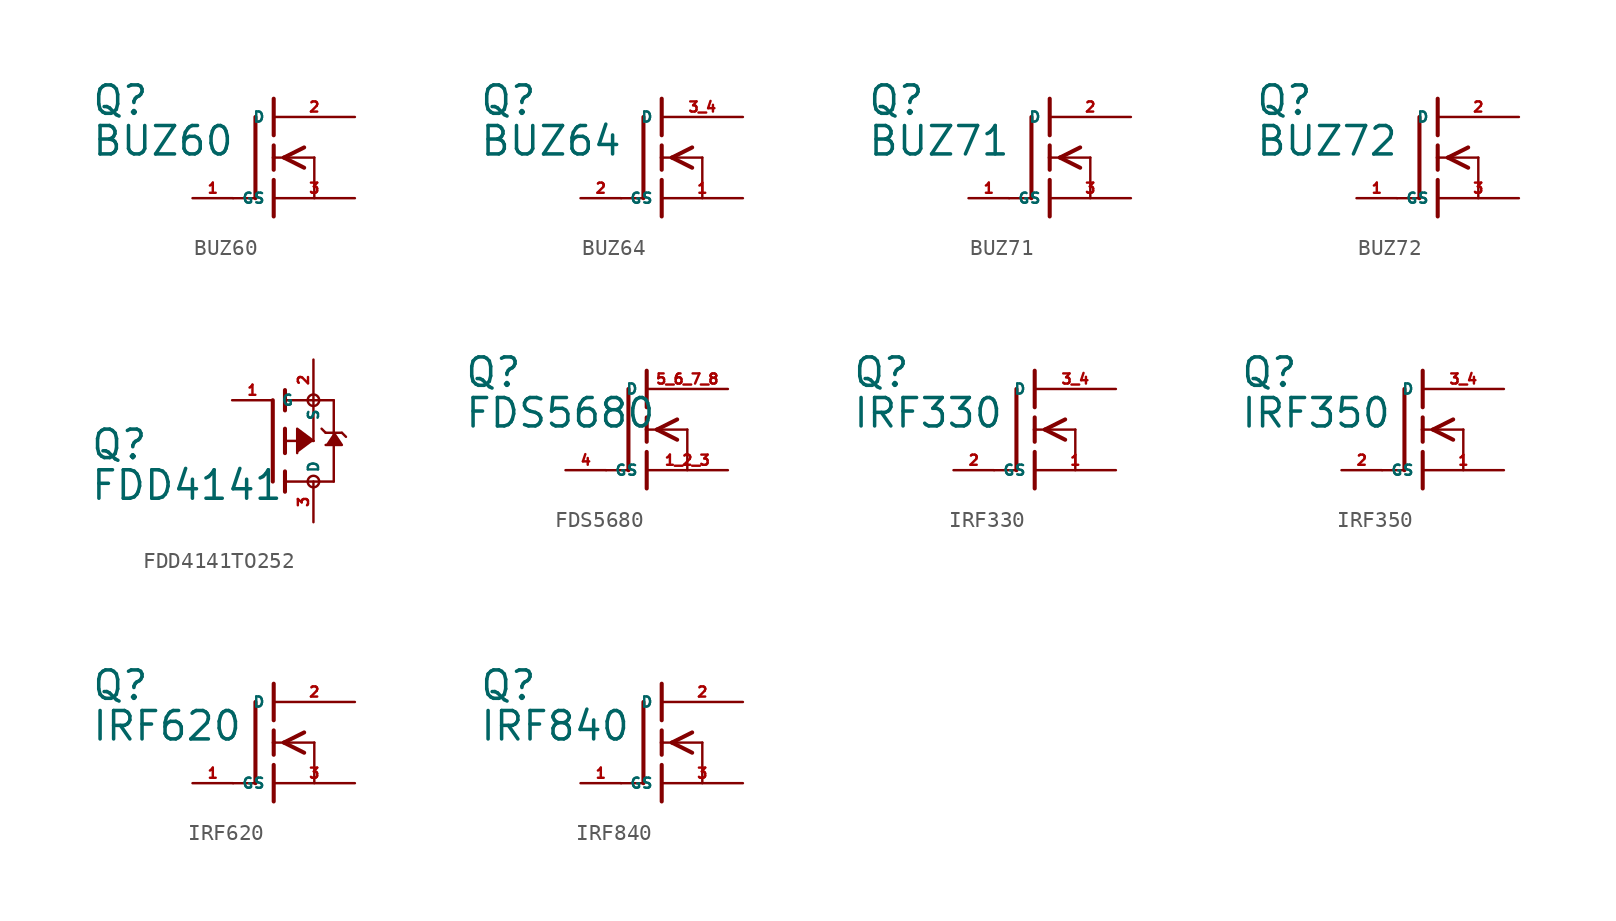
<source format=kicad_sym>
(kicad_symbol_lib
  (version 20220914)
  (generator Eagle2Kicad)
  (symbol "BUZ60"
    (property "Reference" "Q"
      (at -11.43 2.54 0)
      (effects (font (size 1.778 1.778) (thickness 0.22)) (justify left bottom)))
    (property "Value" "BUZ60"
      (at -11.43 0 0)
      (effects (font (size 1.778 1.778) (thickness 0.22)) (justify left bottom)))
    (polyline
      (pts (xy -2.54 -2.54) (xy -1.219 -2.54))
      (stroke (width 0.152) (type default))
      (fill (type none)))
    (polyline
      (pts (xy 0 0.762) (xy 0 0))
      (stroke (width 0.254) (type default))
      (fill (type none)))
    (polyline
      (pts (xy 0 0) (xy 0 -0.762))
      (stroke (width 0.254) (type default))
      (fill (type none)))
    (polyline
      (pts (xy 0 3.683) (xy 0 1.397))
      (stroke (width 0.254) (type default))
      (fill (type none)))
    (polyline
      (pts (xy 1.905 0.635) (xy 0.635 0))
      (stroke (width 0.254) (type default))
      (fill (type none)))
    (polyline
      (pts (xy 1.905 -0.635) (xy 0.635 0))
      (stroke (width 0.254) (type default))
      (fill (type none)))
    (polyline
      (pts (xy 0 0) (xy 0.635 0))
      (stroke (width 0.152) (type default))
      (fill (type none)))
    (polyline
      (pts (xy 0.635 0) (xy 2.54 0))
      (stroke (width 0.152) (type default))
      (fill (type none)))
    (polyline
      (pts (xy 2.54 0) (xy 2.54 -2.54))
      (stroke (width 0.152) (type default))
      (fill (type none)))
    (polyline
      (pts (xy 0 -1.397) (xy 0 -3.683))
      (stroke (width 0.254) (type default))
      (fill (type none)))
    (polyline
      (pts (xy -1.143 2.54) (xy -1.143 -2.54))
      (stroke (width 0.254) (type default))
      (fill (type none)))
    (pin passive line
      (at 5.08 2.54 180)
      (length 5.08)
      (name "D" (effects (font (size 0.635 0.635) (thickness 0.08)) (justify left bottom)))
      (number "2" (effects (font (size 0.635 0.635) (thickness 0.08)) (justify left bottom))))
    (pin passive line
      (at 5.08 -2.54 180)
      (length 5.08)
      (name "S" (effects (font (size 0.635 0.635) (thickness 0.08)) (justify left bottom)))
      (number "3" (effects (font (size 0.635 0.635) (thickness 0.08)) (justify left bottom))))
    (pin passive line
      (at -5.08 -2.54 0)
      (length 2.54)
      (name "G" (effects (font (size 0.635 0.635) (thickness 0.08)) (justify left bottom)))
      (number "1" (effects (font (size 0.635 0.635) (thickness 0.08)) (justify left bottom)))))
  (symbol "BUZ64"
    (property "Reference" "Q"
      (at -11.43 2.54 0)
      (effects (font (size 1.778 1.778) (thickness 0.22)) (justify left bottom)))
    (property "Value" "BUZ64"
      (at -11.43 0 0)
      (effects (font (size 1.778 1.778) (thickness 0.22)) (justify left bottom)))
    (polyline
      (pts (xy -2.54 -2.54) (xy -1.219 -2.54))
      (stroke (width 0.152) (type default))
      (fill (type none)))
    (polyline
      (pts (xy 0 0.762) (xy 0 0))
      (stroke (width 0.254) (type default))
      (fill (type none)))
    (polyline
      (pts (xy 0 0) (xy 0 -0.762))
      (stroke (width 0.254) (type default))
      (fill (type none)))
    (polyline
      (pts (xy 0 3.683) (xy 0 1.397))
      (stroke (width 0.254) (type default))
      (fill (type none)))
    (polyline
      (pts (xy 1.905 0.635) (xy 0.635 0))
      (stroke (width 0.254) (type default))
      (fill (type none)))
    (polyline
      (pts (xy 1.905 -0.635) (xy 0.635 0))
      (stroke (width 0.254) (type default))
      (fill (type none)))
    (polyline
      (pts (xy 0 0) (xy 0.635 0))
      (stroke (width 0.152) (type default))
      (fill (type none)))
    (polyline
      (pts (xy 0.635 0) (xy 2.54 0))
      (stroke (width 0.152) (type default))
      (fill (type none)))
    (polyline
      (pts (xy 2.54 0) (xy 2.54 -2.54))
      (stroke (width 0.152) (type default))
      (fill (type none)))
    (polyline
      (pts (xy 0 -1.397) (xy 0 -3.683))
      (stroke (width 0.254) (type default))
      (fill (type none)))
    (polyline
      (pts (xy -1.143 2.54) (xy -1.143 -2.54))
      (stroke (width 0.254) (type default))
      (fill (type none)))
    (pin passive line
      (at 5.08 2.54 180)
      (length 5.08)
      (name "D" (effects (font (size 0.635 0.635) (thickness 0.08)) (justify left bottom)))
      (number "3 4" (effects (font (size 0.635 0.635) (thickness 0.08)) (justify left bottom))))
    (pin passive line
      (at 5.08 -2.54 180)
      (length 5.08)
      (name "S" (effects (font (size 0.635 0.635) (thickness 0.08)) (justify left bottom)))
      (number "1" (effects (font (size 0.635 0.635) (thickness 0.08)) (justify left bottom))))
    (pin passive line
      (at -5.08 -2.54 0)
      (length 2.54)
      (name "G" (effects (font (size 0.635 0.635) (thickness 0.08)) (justify left bottom)))
      (number "2" (effects (font (size 0.635 0.635) (thickness 0.08)) (justify left bottom)))))
  (symbol "BUZ71"
    (property "Reference" "Q"
      (at -11.43 2.54 0)
      (effects (font (size 1.778 1.778) (thickness 0.22)) (justify left bottom)))
    (property "Value" "BUZ71"
      (at -11.43 0 0)
      (effects (font (size 1.778 1.778) (thickness 0.22)) (justify left bottom)))
    (polyline
      (pts (xy -2.54 -2.54) (xy -1.219 -2.54))
      (stroke (width 0.152) (type default))
      (fill (type none)))
    (polyline
      (pts (xy 0 0.762) (xy 0 0))
      (stroke (width 0.254) (type default))
      (fill (type none)))
    (polyline
      (pts (xy 0 0) (xy 0 -0.762))
      (stroke (width 0.254) (type default))
      (fill (type none)))
    (polyline
      (pts (xy 0 3.683) (xy 0 1.397))
      (stroke (width 0.254) (type default))
      (fill (type none)))
    (polyline
      (pts (xy 1.905 0.635) (xy 0.635 0))
      (stroke (width 0.254) (type default))
      (fill (type none)))
    (polyline
      (pts (xy 1.905 -0.635) (xy 0.635 0))
      (stroke (width 0.254) (type default))
      (fill (type none)))
    (polyline
      (pts (xy 0 0) (xy 0.635 0))
      (stroke (width 0.152) (type default))
      (fill (type none)))
    (polyline
      (pts (xy 0.635 0) (xy 2.54 0))
      (stroke (width 0.152) (type default))
      (fill (type none)))
    (polyline
      (pts (xy 2.54 0) (xy 2.54 -2.54))
      (stroke (width 0.152) (type default))
      (fill (type none)))
    (polyline
      (pts (xy 0 -1.397) (xy 0 -3.683))
      (stroke (width 0.254) (type default))
      (fill (type none)))
    (polyline
      (pts (xy -1.143 2.54) (xy -1.143 -2.54))
      (stroke (width 0.254) (type default))
      (fill (type none)))
    (pin passive line
      (at 5.08 2.54 180)
      (length 5.08)
      (name "D" (effects (font (size 0.635 0.635) (thickness 0.08)) (justify left bottom)))
      (number "2" (effects (font (size 0.635 0.635) (thickness 0.08)) (justify left bottom))))
    (pin passive line
      (at 5.08 -2.54 180)
      (length 5.08)
      (name "S" (effects (font (size 0.635 0.635) (thickness 0.08)) (justify left bottom)))
      (number "3" (effects (font (size 0.635 0.635) (thickness 0.08)) (justify left bottom))))
    (pin passive line
      (at -5.08 -2.54 0)
      (length 2.54)
      (name "G" (effects (font (size 0.635 0.635) (thickness 0.08)) (justify left bottom)))
      (number "1" (effects (font (size 0.635 0.635) (thickness 0.08)) (justify left bottom)))))
  (symbol "BUZ72"
    (property "Reference" "Q"
      (at -11.43 2.54 0)
      (effects (font (size 1.778 1.778) (thickness 0.22)) (justify left bottom)))
    (property "Value" "BUZ72"
      (at -11.43 0 0)
      (effects (font (size 1.778 1.778) (thickness 0.22)) (justify left bottom)))
    (polyline
      (pts (xy -2.54 -2.54) (xy -1.219 -2.54))
      (stroke (width 0.152) (type default))
      (fill (type none)))
    (polyline
      (pts (xy 0 0.762) (xy 0 0))
      (stroke (width 0.254) (type default))
      (fill (type none)))
    (polyline
      (pts (xy 0 0) (xy 0 -0.762))
      (stroke (width 0.254) (type default))
      (fill (type none)))
    (polyline
      (pts (xy 0 3.683) (xy 0 1.397))
      (stroke (width 0.254) (type default))
      (fill (type none)))
    (polyline
      (pts (xy 1.905 0.635) (xy 0.635 0))
      (stroke (width 0.254) (type default))
      (fill (type none)))
    (polyline
      (pts (xy 1.905 -0.635) (xy 0.635 0))
      (stroke (width 0.254) (type default))
      (fill (type none)))
    (polyline
      (pts (xy 0 0) (xy 0.635 0))
      (stroke (width 0.152) (type default))
      (fill (type none)))
    (polyline
      (pts (xy 0.635 0) (xy 2.54 0))
      (stroke (width 0.152) (type default))
      (fill (type none)))
    (polyline
      (pts (xy 2.54 0) (xy 2.54 -2.54))
      (stroke (width 0.152) (type default))
      (fill (type none)))
    (polyline
      (pts (xy 0 -1.397) (xy 0 -3.683))
      (stroke (width 0.254) (type default))
      (fill (type none)))
    (polyline
      (pts (xy -1.143 2.54) (xy -1.143 -2.54))
      (stroke (width 0.254) (type default))
      (fill (type none)))
    (pin passive line
      (at 5.08 2.54 180)
      (length 5.08)
      (name "D" (effects (font (size 0.635 0.635) (thickness 0.08)) (justify left bottom)))
      (number "2" (effects (font (size 0.635 0.635) (thickness 0.08)) (justify left bottom))))
    (pin passive line
      (at 5.08 -2.54 180)
      (length 5.08)
      (name "S" (effects (font (size 0.635 0.635) (thickness 0.08)) (justify left bottom)))
      (number "3" (effects (font (size 0.635 0.635) (thickness 0.08)) (justify left bottom))))
    (pin passive line
      (at -5.08 -2.54 0)
      (length 2.54)
      (name "G" (effects (font (size 0.635 0.635) (thickness 0.08)) (justify left bottom)))
      (number "1" (effects (font (size 0.635 0.635) (thickness 0.08)) (justify left bottom)))))
  (symbol "FDD4141TO252"
    (property "Reference" "Q"
      (at -11.43 -1.27 0)
      (effects (font (size 1.778 1.778) (thickness 0.22)) (justify left bottom)))
    (property "Value" "FDD4141"
      (at -11.43 -3.81 0)
      (effects (font (size 1.778 1.778) (thickness 0.22)) (justify left bottom)))
    (polyline
      (pts (xy 3.81 0.508) (xy 4.318 -0.254) (xy 3.302 -0.254))
      (stroke (width 0.152) (type default))
      (fill (type outline)))
    (polyline
      (pts (xy 2.54 0) (xy 1.524 0.762) (xy 1.524 -0.762))
      (stroke (width 0.152) (type default))
      (fill (type outline)))
    (polyline
      (pts (xy 0.762 -0.762) (xy 0.762 0))
      (stroke (width 0.254) (type default))
      (fill (type none)))
    (polyline
      (pts (xy 0.762 0) (xy 0.762 0.762))
      (stroke (width 0.254) (type default))
      (fill (type none)))
    (polyline
      (pts (xy 0.762 -3.175) (xy 0.762 -2.54))
      (stroke (width 0.254) (type default))
      (fill (type none)))
    (polyline
      (pts (xy 0.762 -2.54) (xy 0.762 -1.905))
      (stroke (width 0.254) (type default))
      (fill (type none)))
    (polyline
      (pts (xy 0.762 0) (xy 2.54 0))
      (stroke (width 0.152) (type default))
      (fill (type none)))
    (polyline
      (pts (xy 2.54 0) (xy 2.54 2.54))
      (stroke (width 0.152) (type default))
      (fill (type none)))
    (polyline
      (pts (xy 0.762 1.905) (xy 0.762 2.54))
      (stroke (width 0.254) (type default))
      (fill (type none)))
    (polyline
      (pts (xy 0.762 2.54) (xy 0.762 3.175))
      (stroke (width 0.254) (type default))
      (fill (type none)))
    (polyline
      (pts (xy 0 -2.54) (xy 0 2.54))
      (stroke (width 0.254) (type default))
      (fill (type none)))
    (polyline
      (pts (xy 2.54 2.54) (xy 0.762 2.54))
      (stroke (width 0.152) (type default))
      (fill (type none)))
    (polyline
      (pts (xy 3.81 -2.54) (xy 3.81 0.508))
      (stroke (width 0.152) (type default))
      (fill (type none)))
    (polyline
      (pts (xy 3.81 0.508) (xy 3.81 2.54))
      (stroke (width 0.152) (type default))
      (fill (type none)))
    (polyline
      (pts (xy 2.54 2.54) (xy 3.81 2.54))
      (stroke (width 0.152) (type default))
      (fill (type none)))
    (polyline
      (pts (xy 0.762 -2.54) (xy 3.81 -2.54))
      (stroke (width 0.152) (type default))
      (fill (type none)))
    (polyline
      (pts (xy 3.048 0.762) (xy 3.302 0.508))
      (stroke (width 0.152) (type default))
      (fill (type none)))
    (polyline
      (pts (xy 3.302 0.508) (xy 3.81 0.508))
      (stroke (width 0.152) (type default))
      (fill (type none)))
    (polyline
      (pts (xy 3.81 0.508) (xy 4.318 0.508))
      (stroke (width 0.152) (type default))
      (fill (type none)))
    (polyline
      (pts (xy 4.318 0.508) (xy 4.572 0.254))
      (stroke (width 0.152) (type default))
      (fill (type none)))
    (circle
      (center 2.54 2.54)
      (radius 0.359)
      (stroke (width 0) (type default))
      (fill (type none)))
    (circle
      (center 2.54 -2.54)
      (radius 0.359)
      (stroke (width 0) (type default))
      (fill (type none)))
    (pin passive line
      (at 2.54 5.08 270)
      (length 2.54)
      (name "S" (effects (font (size 0.635 0.635) (thickness 0.08)) (justify left bottom)))
      (number "2" (effects (font (size 0.635 0.635) (thickness 0.08)) (justify left bottom))))
    (pin passive line
      (at -2.54 2.54 0)
      (length 2.54)
      (name "G" (effects (font (size 0.635 0.635) (thickness 0.08)) (justify left bottom)))
      (number "1" (effects (font (size 0.635 0.635) (thickness 0.08)) (justify left bottom))))
    (pin passive line
      (at 2.54 -5.08 90)
      (length 2.54)
      (name "D" (effects (font (size 0.635 0.635) (thickness 0.08)) (justify left bottom)))
      (number "3" (effects (font (size 0.635 0.635) (thickness 0.08)) (justify left bottom)))))
  (symbol "FDS5680"
    (property "Reference" "Q"
      (at -11.43 2.54 0)
      (effects (font (size 1.778 1.778) (thickness 0.22)) (justify left bottom)))
    (property "Value" "FDS5680"
      (at -11.43 0 0)
      (effects (font (size 1.778 1.778) (thickness 0.22)) (justify left bottom)))
    (polyline
      (pts (xy -2.54 -2.54) (xy -1.219 -2.54))
      (stroke (width 0.152) (type default))
      (fill (type none)))
    (polyline
      (pts (xy 0 0.762) (xy 0 0))
      (stroke (width 0.254) (type default))
      (fill (type none)))
    (polyline
      (pts (xy 0 0) (xy 0 -0.762))
      (stroke (width 0.254) (type default))
      (fill (type none)))
    (polyline
      (pts (xy 0 3.683) (xy 0 1.397))
      (stroke (width 0.254) (type default))
      (fill (type none)))
    (polyline
      (pts (xy 1.905 0.635) (xy 0.635 0))
      (stroke (width 0.254) (type default))
      (fill (type none)))
    (polyline
      (pts (xy 1.905 -0.635) (xy 0.635 0))
      (stroke (width 0.254) (type default))
      (fill (type none)))
    (polyline
      (pts (xy 0 0) (xy 0.635 0))
      (stroke (width 0.152) (type default))
      (fill (type none)))
    (polyline
      (pts (xy 0.635 0) (xy 2.54 0))
      (stroke (width 0.152) (type default))
      (fill (type none)))
    (polyline
      (pts (xy 2.54 0) (xy 2.54 -2.54))
      (stroke (width 0.152) (type default))
      (fill (type none)))
    (polyline
      (pts (xy 0 -1.397) (xy 0 -3.683))
      (stroke (width 0.254) (type default))
      (fill (type none)))
    (polyline
      (pts (xy -1.143 2.54) (xy -1.143 -2.54))
      (stroke (width 0.254) (type default))
      (fill (type none)))
    (pin passive line
      (at 5.08 2.54 180)
      (length 5.08)
      (name "D" (effects (font (size 0.635 0.635) (thickness 0.08)) (justify left bottom)))
      (number "5 6 7 8" (effects (font (size 0.635 0.635) (thickness 0.08)) (justify left bottom))))
    (pin passive line
      (at 5.08 -2.54 180)
      (length 5.08)
      (name "S" (effects (font (size 0.635 0.635) (thickness 0.08)) (justify left bottom)))
      (number "1 2 3" (effects (font (size 0.635 0.635) (thickness 0.08)) (justify left bottom))))
    (pin passive line
      (at -5.08 -2.54 0)
      (length 2.54)
      (name "G" (effects (font (size 0.635 0.635) (thickness 0.08)) (justify left bottom)))
      (number "4" (effects (font (size 0.635 0.635) (thickness 0.08)) (justify left bottom)))))
  (symbol "IRF330"
    (property "Reference" "Q"
      (at -11.43 2.54 0)
      (effects (font (size 1.778 1.778) (thickness 0.22)) (justify left bottom)))
    (property "Value" "IRF330"
      (at -11.43 0 0)
      (effects (font (size 1.778 1.778) (thickness 0.22)) (justify left bottom)))
    (polyline
      (pts (xy -2.54 -2.54) (xy -1.219 -2.54))
      (stroke (width 0.152) (type default))
      (fill (type none)))
    (polyline
      (pts (xy 0 0.762) (xy 0 0))
      (stroke (width 0.254) (type default))
      (fill (type none)))
    (polyline
      (pts (xy 0 0) (xy 0 -0.762))
      (stroke (width 0.254) (type default))
      (fill (type none)))
    (polyline
      (pts (xy 0 3.683) (xy 0 1.397))
      (stroke (width 0.254) (type default))
      (fill (type none)))
    (polyline
      (pts (xy 1.905 0.635) (xy 0.635 0))
      (stroke (width 0.254) (type default))
      (fill (type none)))
    (polyline
      (pts (xy 1.905 -0.635) (xy 0.635 0))
      (stroke (width 0.254) (type default))
      (fill (type none)))
    (polyline
      (pts (xy 0 0) (xy 0.635 0))
      (stroke (width 0.152) (type default))
      (fill (type none)))
    (polyline
      (pts (xy 0.635 0) (xy 2.54 0))
      (stroke (width 0.152) (type default))
      (fill (type none)))
    (polyline
      (pts (xy 2.54 0) (xy 2.54 -2.54))
      (stroke (width 0.152) (type default))
      (fill (type none)))
    (polyline
      (pts (xy 0 -1.397) (xy 0 -3.683))
      (stroke (width 0.254) (type default))
      (fill (type none)))
    (polyline
      (pts (xy -1.143 2.54) (xy -1.143 -2.54))
      (stroke (width 0.254) (type default))
      (fill (type none)))
    (pin passive line
      (at 5.08 2.54 180)
      (length 5.08)
      (name "D" (effects (font (size 0.635 0.635) (thickness 0.08)) (justify left bottom)))
      (number "3 4" (effects (font (size 0.635 0.635) (thickness 0.08)) (justify left bottom))))
    (pin passive line
      (at 5.08 -2.54 180)
      (length 5.08)
      (name "S" (effects (font (size 0.635 0.635) (thickness 0.08)) (justify left bottom)))
      (number "1" (effects (font (size 0.635 0.635) (thickness 0.08)) (justify left bottom))))
    (pin passive line
      (at -5.08 -2.54 0)
      (length 2.54)
      (name "G" (effects (font (size 0.635 0.635) (thickness 0.08)) (justify left bottom)))
      (number "2" (effects (font (size 0.635 0.635) (thickness 0.08)) (justify left bottom)))))
  (symbol "IRF350"
    (property "Reference" "Q"
      (at -11.43 2.54 0)
      (effects (font (size 1.778 1.778) (thickness 0.22)) (justify left bottom)))
    (property "Value" "IRF350"
      (at -11.43 0 0)
      (effects (font (size 1.778 1.778) (thickness 0.22)) (justify left bottom)))
    (polyline
      (pts (xy -2.54 -2.54) (xy -1.219 -2.54))
      (stroke (width 0.152) (type default))
      (fill (type none)))
    (polyline
      (pts (xy 0 0.762) (xy 0 0))
      (stroke (width 0.254) (type default))
      (fill (type none)))
    (polyline
      (pts (xy 0 0) (xy 0 -0.762))
      (stroke (width 0.254) (type default))
      (fill (type none)))
    (polyline
      (pts (xy 0 3.683) (xy 0 1.397))
      (stroke (width 0.254) (type default))
      (fill (type none)))
    (polyline
      (pts (xy 1.905 0.635) (xy 0.635 0))
      (stroke (width 0.254) (type default))
      (fill (type none)))
    (polyline
      (pts (xy 1.905 -0.635) (xy 0.635 0))
      (stroke (width 0.254) (type default))
      (fill (type none)))
    (polyline
      (pts (xy 0 0) (xy 0.635 0))
      (stroke (width 0.152) (type default))
      (fill (type none)))
    (polyline
      (pts (xy 0.635 0) (xy 2.54 0))
      (stroke (width 0.152) (type default))
      (fill (type none)))
    (polyline
      (pts (xy 2.54 0) (xy 2.54 -2.54))
      (stroke (width 0.152) (type default))
      (fill (type none)))
    (polyline
      (pts (xy 0 -1.397) (xy 0 -3.683))
      (stroke (width 0.254) (type default))
      (fill (type none)))
    (polyline
      (pts (xy -1.143 2.54) (xy -1.143 -2.54))
      (stroke (width 0.254) (type default))
      (fill (type none)))
    (pin passive line
      (at 5.08 2.54 180)
      (length 5.08)
      (name "D" (effects (font (size 0.635 0.635) (thickness 0.08)) (justify left bottom)))
      (number "3 4" (effects (font (size 0.635 0.635) (thickness 0.08)) (justify left bottom))))
    (pin passive line
      (at 5.08 -2.54 180)
      (length 5.08)
      (name "S" (effects (font (size 0.635 0.635) (thickness 0.08)) (justify left bottom)))
      (number "1" (effects (font (size 0.635 0.635) (thickness 0.08)) (justify left bottom))))
    (pin passive line
      (at -5.08 -2.54 0)
      (length 2.54)
      (name "G" (effects (font (size 0.635 0.635) (thickness 0.08)) (justify left bottom)))
      (number "2" (effects (font (size 0.635 0.635) (thickness 0.08)) (justify left bottom)))))
  (symbol "IRF620"
    (property "Reference" "Q"
      (at -11.43 2.54 0)
      (effects (font (size 1.778 1.778) (thickness 0.22)) (justify left bottom)))
    (property "Value" "IRF620"
      (at -11.43 0 0)
      (effects (font (size 1.778 1.778) (thickness 0.22)) (justify left bottom)))
    (polyline
      (pts (xy -2.54 -2.54) (xy -1.219 -2.54))
      (stroke (width 0.152) (type default))
      (fill (type none)))
    (polyline
      (pts (xy 0 0.762) (xy 0 0))
      (stroke (width 0.254) (type default))
      (fill (type none)))
    (polyline
      (pts (xy 0 0) (xy 0 -0.762))
      (stroke (width 0.254) (type default))
      (fill (type none)))
    (polyline
      (pts (xy 0 3.683) (xy 0 1.397))
      (stroke (width 0.254) (type default))
      (fill (type none)))
    (polyline
      (pts (xy 1.905 0.635) (xy 0.635 0))
      (stroke (width 0.254) (type default))
      (fill (type none)))
    (polyline
      (pts (xy 1.905 -0.635) (xy 0.635 0))
      (stroke (width 0.254) (type default))
      (fill (type none)))
    (polyline
      (pts (xy 0 0) (xy 0.635 0))
      (stroke (width 0.152) (type default))
      (fill (type none)))
    (polyline
      (pts (xy 0.635 0) (xy 2.54 0))
      (stroke (width 0.152) (type default))
      (fill (type none)))
    (polyline
      (pts (xy 2.54 0) (xy 2.54 -2.54))
      (stroke (width 0.152) (type default))
      (fill (type none)))
    (polyline
      (pts (xy 0 -1.397) (xy 0 -3.683))
      (stroke (width 0.254) (type default))
      (fill (type none)))
    (polyline
      (pts (xy -1.143 2.54) (xy -1.143 -2.54))
      (stroke (width 0.254) (type default))
      (fill (type none)))
    (pin passive line
      (at 5.08 2.54 180)
      (length 5.08)
      (name "D" (effects (font (size 0.635 0.635) (thickness 0.08)) (justify left bottom)))
      (number "2" (effects (font (size 0.635 0.635) (thickness 0.08)) (justify left bottom))))
    (pin passive line
      (at 5.08 -2.54 180)
      (length 5.08)
      (name "S" (effects (font (size 0.635 0.635) (thickness 0.08)) (justify left bottom)))
      (number "3" (effects (font (size 0.635 0.635) (thickness 0.08)) (justify left bottom))))
    (pin passive line
      (at -5.08 -2.54 0)
      (length 2.54)
      (name "G" (effects (font (size 0.635 0.635) (thickness 0.08)) (justify left bottom)))
      (number "1" (effects (font (size 0.635 0.635) (thickness 0.08)) (justify left bottom)))))
  (symbol "IRF840"
    (property "Reference" "Q"
      (at -11.43 2.54 0)
      (effects (font (size 1.778 1.778) (thickness 0.22)) (justify left bottom)))
    (property "Value" "IRF840"
      (at -11.43 0 0)
      (effects (font (size 1.778 1.778) (thickness 0.22)) (justify left bottom)))
    (polyline
      (pts (xy -2.54 -2.54) (xy -1.219 -2.54))
      (stroke (width 0.152) (type default))
      (fill (type none)))
    (polyline
      (pts (xy 0 0.762) (xy 0 0))
      (stroke (width 0.254) (type default))
      (fill (type none)))
    (polyline
      (pts (xy 0 0) (xy 0 -0.762))
      (stroke (width 0.254) (type default))
      (fill (type none)))
    (polyline
      (pts (xy 0 3.683) (xy 0 1.397))
      (stroke (width 0.254) (type default))
      (fill (type none)))
    (polyline
      (pts (xy 1.905 0.635) (xy 0.635 0))
      (stroke (width 0.254) (type default))
      (fill (type none)))
    (polyline
      (pts (xy 1.905 -0.635) (xy 0.635 0))
      (stroke (width 0.254) (type default))
      (fill (type none)))
    (polyline
      (pts (xy 0 0) (xy 0.635 0))
      (stroke (width 0.152) (type default))
      (fill (type none)))
    (polyline
      (pts (xy 0.635 0) (xy 2.54 0))
      (stroke (width 0.152) (type default))
      (fill (type none)))
    (polyline
      (pts (xy 2.54 0) (xy 2.54 -2.54))
      (stroke (width 0.152) (type default))
      (fill (type none)))
    (polyline
      (pts (xy 0 -1.397) (xy 0 -3.683))
      (stroke (width 0.254) (type default))
      (fill (type none)))
    (polyline
      (pts (xy -1.143 2.54) (xy -1.143 -2.54))
      (stroke (width 0.254) (type default))
      (fill (type none)))
    (pin passive line
      (at 5.08 2.54 180)
      (length 5.08)
      (name "D" (effects (font (size 0.635 0.635) (thickness 0.08)) (justify left bottom)))
      (number "2" (effects (font (size 0.635 0.635) (thickness 0.08)) (justify left bottom))))
    (pin passive line
      (at 5.08 -2.54 180)
      (length 5.08)
      (name "S" (effects (font (size 0.635 0.635) (thickness 0.08)) (justify left bottom)))
      (number "3" (effects (font (size 0.635 0.635) (thickness 0.08)) (justify left bottom))))
    (pin passive line
      (at -5.08 -2.54 0)
      (length 2.54)
      (name "G" (effects (font (size 0.635 0.635) (thickness 0.08)) (justify left bottom)))
      (number "1" (effects (font (size 0.635 0.635) (thickness 0.08)) (justify left bottom))))))
</source>
